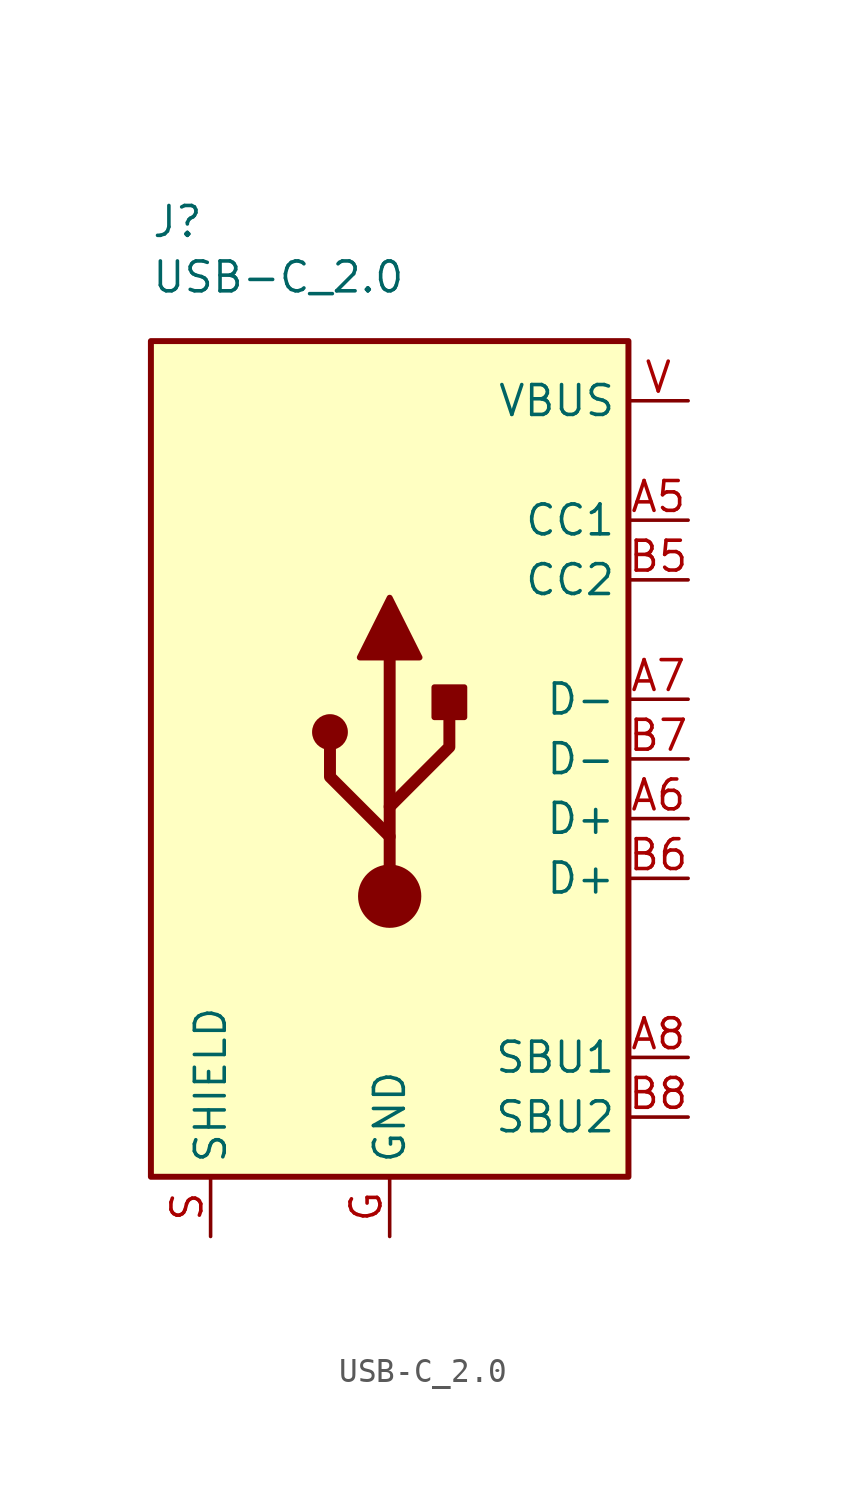
<source format=kicad_sym>
(kicad_symbol_lib
  (version 20220914)
  (generator kicad_symbol_editor)
  (symbol "USB-C_2.0"
    (property "Reference" "J"
      (at -10.16 22.86 0)
      (effects (font (size 1.27 1.27)) (justify left)))
    (property "Value" "USB-C_2.0"
      (at -10.16 20.5 0)
      (effects (font (size 1.27 1.27)) (justify left)))
    (symbol "USB-C_2.0_0_1"
      (rectangle (start -10.16 17.78) (end 10.16 -17.78) (stroke (width 0.254) (type default)) (fill (type background)))
      (circle (center -2.54 1.143) (radius 0.635) (stroke (width 0.254) (type default)) (fill (type outline)))
      (circle (center 0 -5.842) (radius 1.27) (stroke (width 0) (type default)) (fill (type outline)))
      (polyline (pts (xy 0 -5.842) (xy 0 4.318)) (stroke (width 0.508) (type default)) (fill (type none)))
      (polyline (pts (xy 0 -3.302) (xy -2.54 -0.762) (xy -2.54 0.508)) (stroke (width 0.508) (type default)) (fill (type none)))
      (polyline (pts (xy 0 -2.032) (xy 2.54 0.508) (xy 2.54 1.778)) (stroke (width 0.508) (type default)) (fill (type none)))
      (polyline (pts (xy -1.27 4.318) (xy 0 6.858) (xy 1.27 4.318) (xy -1.27 4.318)) (stroke (width 0.254) (type default)) (fill (type outline)))
      (rectangle (start 1.905 1.778) (end 3.175 3.048) (stroke (width 0.254) (type default)) (fill (type outline))))
    (symbol "USB-C_2.0_1_1"
      (pin bidirectional line (at 12.7 10.16 180) (length 2.54) (name "CC1" (effects (font (size 1.27 1.27)))) (number "A5" (effects (font (size 1.27 1.27)))))
      (pin bidirectional line (at 12.7 -2.54 180) (length 2.54) (name "D+" (effects (font (size 1.27 1.27)))) (number "A6" (effects (font (size 1.27 1.27)))))
      (pin bidirectional line (at 12.7 2.54 180) (length 2.54) (name "D-" (effects (font (size 1.27 1.27)))) (number "A7" (effects (font (size 1.27 1.27)))))
      (pin bidirectional line (at 12.7 -12.7 180) (length 2.54) (name "SBU1" (effects (font (size 1.27 1.27)))) (number "A8" (effects (font (size 1.27 1.27)))))
      (pin bidirectional line (at 12.7 7.62 180) (length 2.54) (name "CC2" (effects (font (size 1.27 1.27)))) (number "B5" (effects (font (size 1.27 1.27)))))
      (pin bidirectional line (at 12.7 -5.08 180) (length 2.54) (name "D+" (effects (font (size 1.27 1.27)))) (number "B6" (effects (font (size 1.27 1.27)))))
      (pin bidirectional line (at 12.7 0 180) (length 2.54) (name "D-" (effects (font (size 1.27 1.27)))) (number "B7" (effects (font (size 1.27 1.27)))))
      (pin bidirectional line (at 12.7 -15.24 180) (length 2.54) (name "SBU2" (effects (font (size 1.27 1.27)))) (number "B8" (effects (font (size 1.27 1.27)))))
      (pin passive line (at 0 -20.32 90) (length 2.54) (name "GND" (effects (font (size 1.27 1.27)))) (number "G" (effects (font (size 1.27 1.27)))))
      (pin passive line (at -7.62 -20.32 90) (length 2.54) (name "SHIELD" (effects (font (size 1.27 1.27)))) (number "S" (effects (font (size 1.27 1.27)))))
      (pin passive line (at 12.7 15.24 180) (length 2.54) (name "VBUS" (effects (font (size 1.27 1.27)))) (number "V" (effects (font (size 1.27 1.27))))))))
</source>
